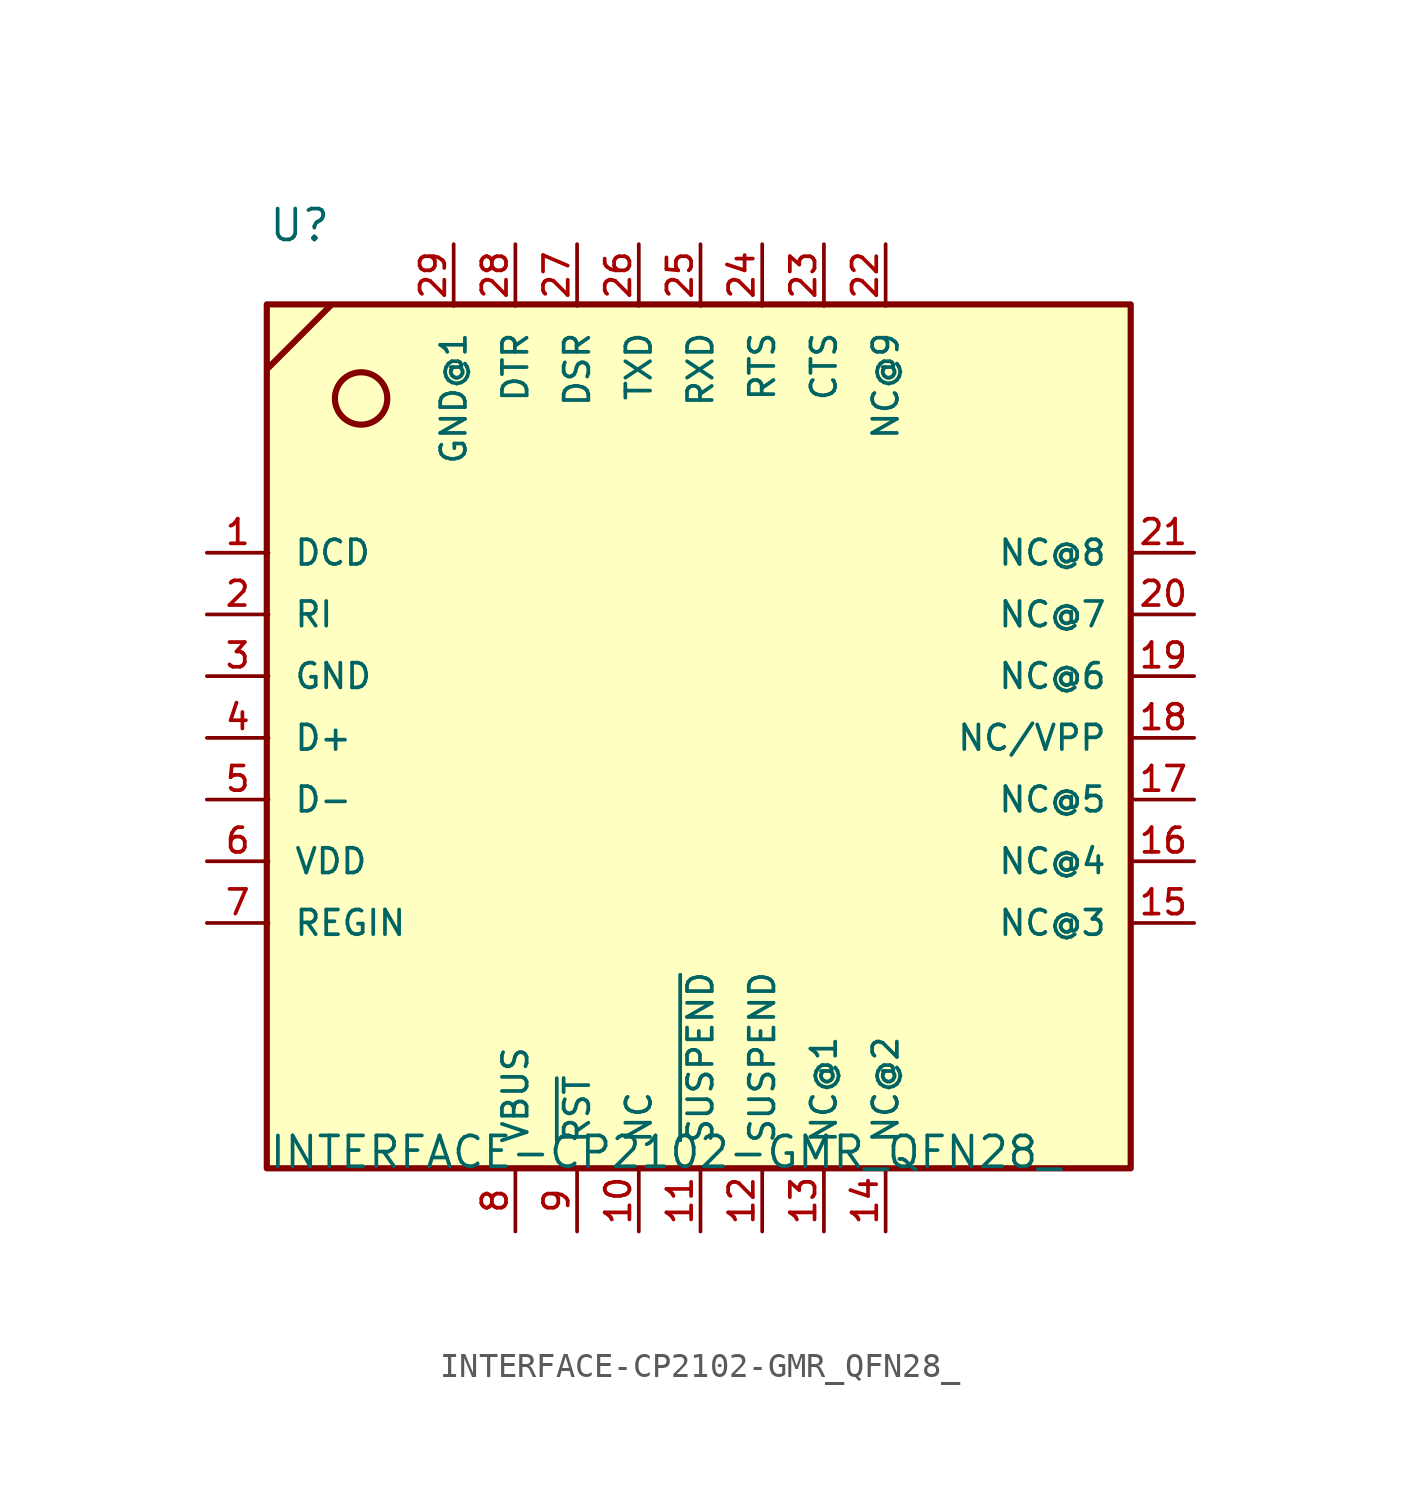
<source format=kicad_sym>
(kicad_symbol_lib
  (version 20241209)
  (generator "kicad_symbol_editor")
  (generator_version "9.0")
  (symbol "INTERFACE-CP2102-GMR_QFN28_"
    (pin_names
      (offset 1.016))
    (property "Reference" "U"
      (at -17.809 20.353 0)
      (effects (font (size 1.27 1.27)) (justify left bottom)))
    (property "Value" "INTERFACE-CP2102-GMR_QFN28_"
      (at -17.798 -17.798 0)
      (effects (font (size 1.27 1.27)) (justify left bottom)))
    (symbol "INTERFACE-CP2102-GMR_QFN28__0_0"
      (rectangle (start -17.852 17.842) (end 17.708 -17.718) (stroke (width 0.254) (type default)) (fill (type background)))
      (polyline (pts (xy -17.78 15.24) (xy -15.24 17.78)) (stroke (width 0.254) (type default)) (fill (type none)))
      (circle (center -13.97 13.97) (radius 1.078) (stroke (width 0.254) (type default)) (fill (type none)))
      (pin bidirectional line (at -20.32 7.62 0) (length 2.54) (name "DCD" (effects (font (size 1.016 1.016)))) (number "1" (effects (font (size 1.016 1.016)))))
      (pin bidirectional line (at -20.32 5.08 0) (length 2.54) (name "RI" (effects (font (size 1.016 1.016)))) (number "2" (effects (font (size 1.016 1.016)))))
      (pin bidirectional line (at -20.32 2.54 0) (length 2.54) (name "GND" (effects (font (size 1.016 1.016)))) (number "3" (effects (font (size 1.016 1.016)))))
      (pin bidirectional line (at -20.32 0 0) (length 2.54) (name "D+" (effects (font (size 1.016 1.016)))) (number "4" (effects (font (size 1.016 1.016)))))
      (pin bidirectional line (at -20.32 -2.54 0) (length 2.54) (name "D-" (effects (font (size 1.016 1.016)))) (number "5" (effects (font (size 1.016 1.016)))))
      (pin bidirectional line (at -20.32 -5.08 0) (length 2.54) (name "VDD" (effects (font (size 1.016 1.016)))) (number "6" (effects (font (size 1.016 1.016)))))
      (pin bidirectional line (at -20.32 -7.62 0) (length 2.54) (name "REGIN" (effects (font (size 1.016 1.016)))) (number "7" (effects (font (size 1.016 1.016)))))
      (pin bidirectional line (at -10.16 20.32 270) (length 2.54) (name "GND@1" (effects (font (size 1.016 1.016)))) (number "29" (effects (font (size 1.016 1.016)))))
      (pin bidirectional line (at -7.62 20.32 270) (length 2.54) (name "DTR" (effects (font (size 1.016 1.016)))) (number "28" (effects (font (size 1.016 1.016)))))
      (pin bidirectional line (at -7.62 -20.32 90) (length 2.54) (name "VBUS" (effects (font (size 1.016 1.016)))) (number "8" (effects (font (size 1.016 1.016)))))
      (pin bidirectional line (at -5.08 20.32 270) (length 2.54) (name "DSR" (effects (font (size 1.016 1.016)))) (number "27" (effects (font (size 1.016 1.016)))))
      (pin bidirectional line (at -5.08 -20.32 90) (length 2.54) (name "~{RST}" (effects (font (size 1.016 1.016)))) (number "9" (effects (font (size 1.016 1.016)))))
      (pin bidirectional line (at -2.54 20.32 270) (length 2.54) (name "TXD" (effects (font (size 1.016 1.016)))) (number "26" (effects (font (size 1.016 1.016)))))
      (pin bidirectional line (at -2.54 -20.32 90) (length 2.54) (name "NC" (effects (font (size 1.016 1.016)))) (number "10" (effects (font (size 1.016 1.016)))))
      (pin bidirectional line (at 0 20.32 270) (length 2.54) (name "RXD" (effects (font (size 1.016 1.016)))) (number "25" (effects (font (size 1.016 1.016)))))
      (pin bidirectional line (at 0 -20.32 90) (length 2.54) (name "~{SUSPEND}" (effects (font (size 1.016 1.016)))) (number "11" (effects (font (size 1.016 1.016)))))
      (pin bidirectional line (at 2.54 20.32 270) (length 2.54) (name "RTS" (effects (font (size 1.016 1.016)))) (number "24" (effects (font (size 1.016 1.016)))))
      (pin bidirectional line (at 2.54 -20.32 90) (length 2.54) (name "SUSPEND" (effects (font (size 1.016 1.016)))) (number "12" (effects (font (size 1.016 1.016)))))
      (pin bidirectional line (at 5.08 20.32 270) (length 2.54) (name "CTS" (effects (font (size 1.016 1.016)))) (number "23" (effects (font (size 1.016 1.016)))))
      (pin bidirectional line (at 5.08 -20.32 90) (length 2.54) (name "NC@1" (effects (font (size 1.016 1.016)))) (number "13" (effects (font (size 1.016 1.016)))))
      (pin bidirectional line (at 7.62 20.32 270) (length 2.54) (name "NC@9" (effects (font (size 1.016 1.016)))) (number "22" (effects (font (size 1.016 1.016)))))
      (pin bidirectional line (at 7.62 -20.32 90) (length 2.54) (name "NC@2" (effects (font (size 1.016 1.016)))) (number "14" (effects (font (size 1.016 1.016)))))
      (pin bidirectional line (at 20.32 7.62 180) (length 2.54) (name "NC@8" (effects (font (size 1.016 1.016)))) (number "21" (effects (font (size 1.016 1.016)))))
      (pin bidirectional line (at 20.32 5.08 180) (length 2.54) (name "NC@7" (effects (font (size 1.016 1.016)))) (number "20" (effects (font (size 1.016 1.016)))))
      (pin bidirectional line (at 20.32 2.54 180) (length 2.54) (name "NC@6" (effects (font (size 1.016 1.016)))) (number "19" (effects (font (size 1.016 1.016)))))
      (pin bidirectional line (at 20.32 0 180) (length 2.54) (name "NC/VPP" (effects (font (size 1.016 1.016)))) (number "18" (effects (font (size 1.016 1.016)))))
      (pin bidirectional line (at 20.32 -2.54 180) (length 2.54) (name "NC@5" (effects (font (size 1.016 1.016)))) (number "17" (effects (font (size 1.016 1.016)))))
      (pin bidirectional line (at 20.32 -5.08 180) (length 2.54) (name "NC@4" (effects (font (size 1.016 1.016)))) (number "16" (effects (font (size 1.016 1.016)))))
      (pin bidirectional line (at 20.32 -7.62 180) (length 2.54) (name "NC@3" (effects (font (size 1.016 1.016)))) (number "15" (effects (font (size 1.016 1.016))))))))
</source>
